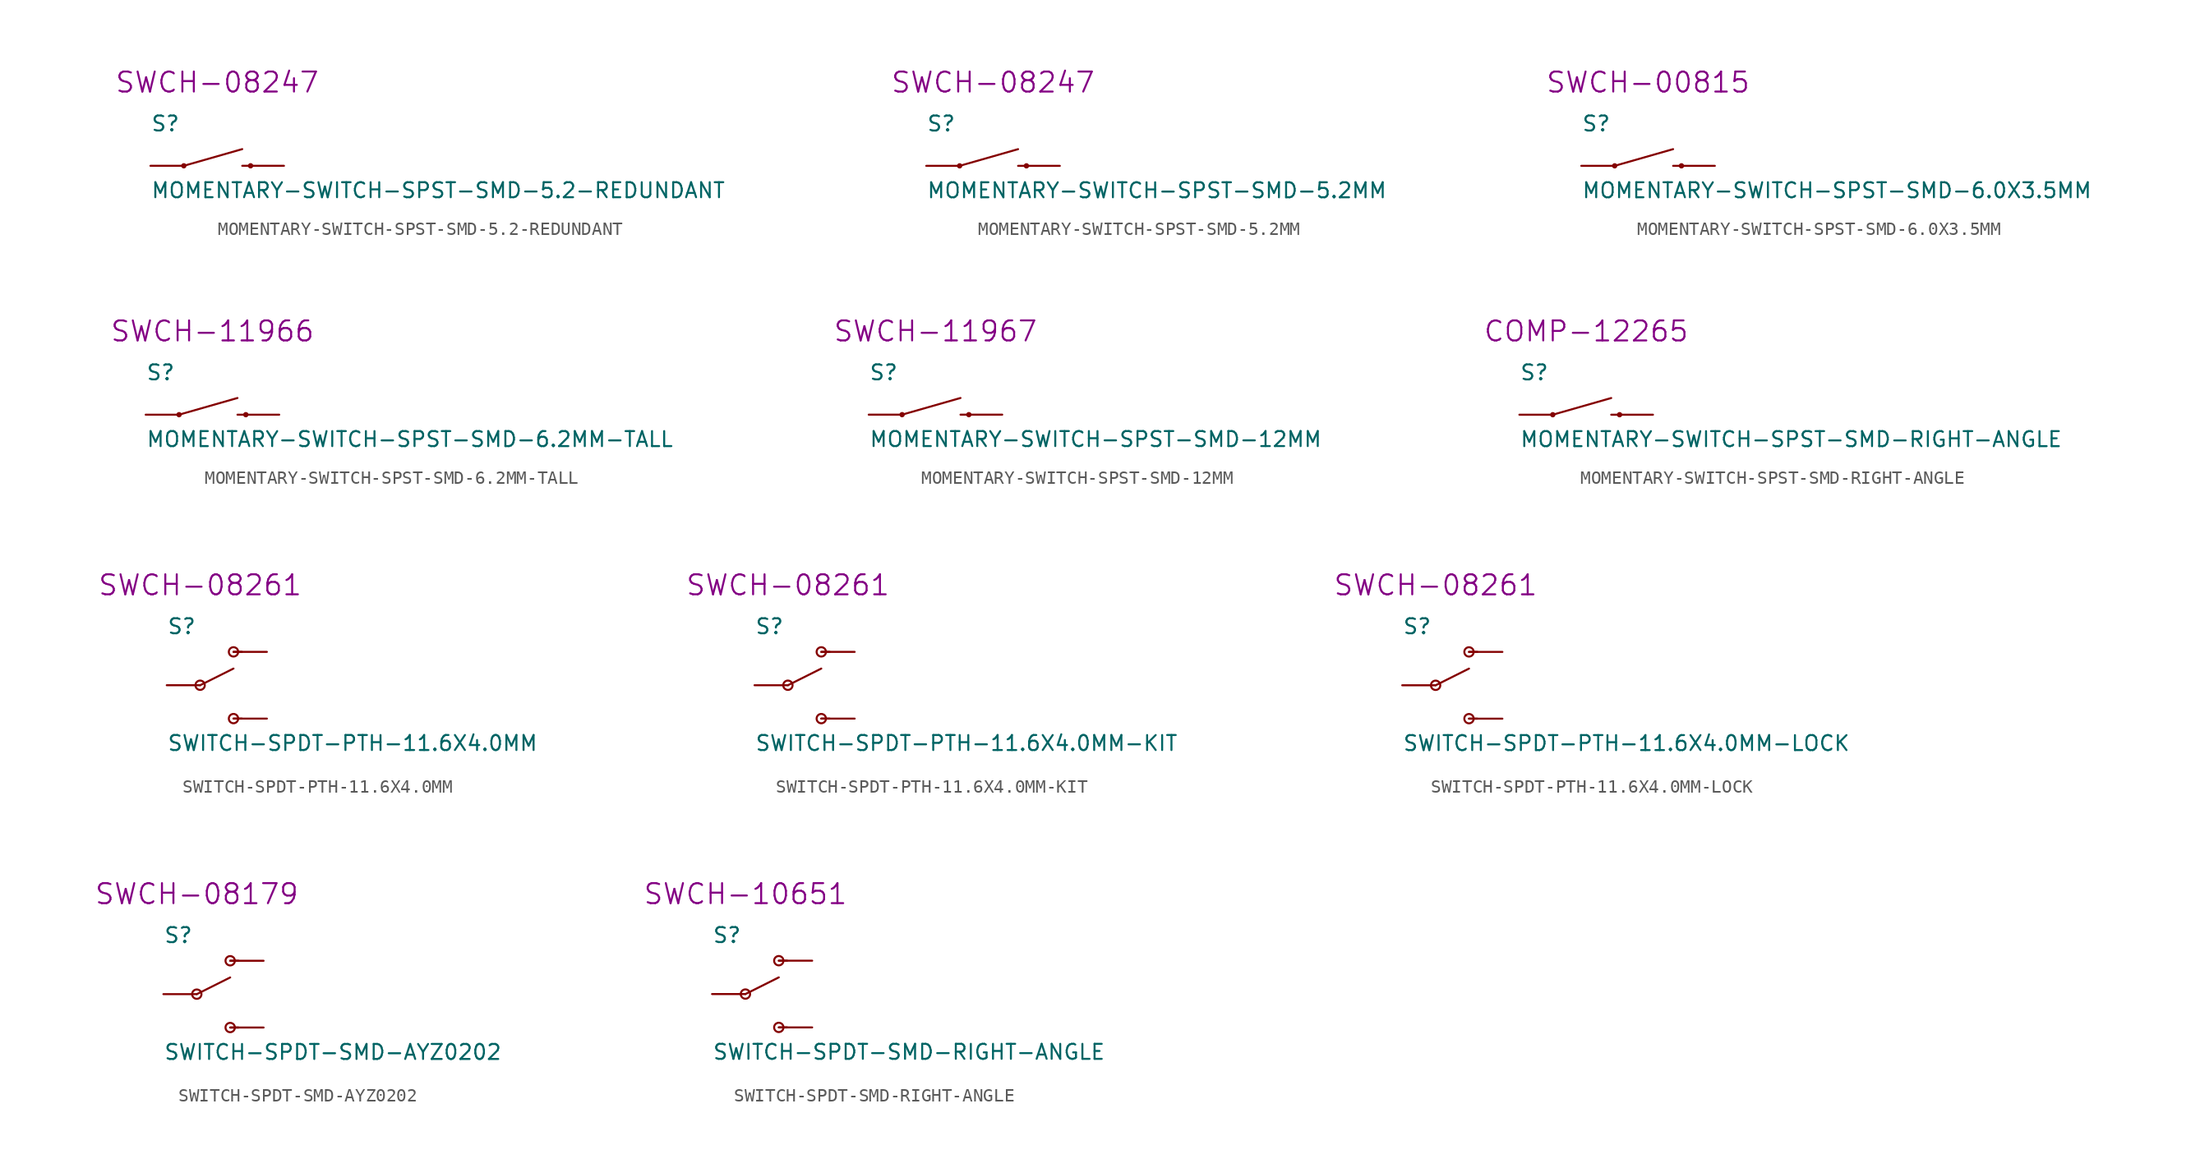
<source format=kicad_sym>
(kicad_symbol_lib
  (version 20220914)
  (generator kicad_symbol_editor)
  (symbol "MOMENTARY-SWITCH-SPST-SMD-5.2-REDUNDANT"
    (pin_numbers hide)
    (pin_names
      (offset 1.016) hide)
    (property "Reference" "S"
      (at -5.08 2.54 0)
      (effects (font (size 1.143 1.143)) (justify left bottom)))
    (property "Value" "MOMENTARY-SWITCH-SPST-SMD-5.2-REDUNDANT"
      (at -5.08 -2.54 0)
      (effects (font (size 1.143 1.143)) (justify left bottom)))
    (property "Field4" "SWCH-08247"
      (at 0 6.35 0)
      (effects (font (size 1.524 1.524))))
    (property "ki_locked" ""
      (at 0 0 0)
      (effects (font (size 1.27 1.27))))
    (symbol "MOMENTARY-SWITCH-SPST-SMD-5.2-REDUNDANT_1_0"
      (polyline (pts (xy -2.54 0) (xy 1.905 1.27)) (stroke (width 0) (type solid)) (fill (type none)))
      (polyline (pts (xy 1.905 0) (xy 2.54 0)) (stroke (width 0) (type solid)) (fill (type none))))
    (symbol "MOMENTARY-SWITCH-SPST-SMD-5.2-REDUNDANT_1_1"
      (circle (center -2.54 0) (radius 0.127) (stroke (width 0) (type solid)) (fill (type outline)))
      (circle (center 2.54 0) (radius 0.127) (stroke (width 0) (type solid)) (fill (type outline)))
      (pin passive line (at -5.08 0 0) (length 2.54) (name "1" (effects (font (size 1.016 1.016)))) (number "1" (effects (font (size 1.016 1.016)))))
      (pin passive line (at -5.08 0 0) (length 2.54) hide (name "1" (effects (font (size 1.016 1.016)))) (number "2" (effects (font (size 1.016 1.016)))))
      (pin passive line (at 5.08 0 180) (length 2.54) (name "2" (effects (font (size 1.016 1.016)))) (number "3" (effects (font (size 1.016 1.016)))))
      (pin passive line (at 5.08 0 180) (length 2.54) hide (name "2" (effects (font (size 1.016 1.016)))) (number "4" (effects (font (size 1.016 1.016)))))))
  (symbol "MOMENTARY-SWITCH-SPST-SMD-5.2MM"
    (pin_numbers hide)
    (pin_names
      (offset 1.016) hide)
    (property "Reference" "S"
      (at -5.08 2.54 0)
      (effects (font (size 1.143 1.143)) (justify left bottom)))
    (property "Value" "MOMENTARY-SWITCH-SPST-SMD-5.2MM"
      (at -5.08 -2.54 0)
      (effects (font (size 1.143 1.143)) (justify left bottom)))
    (property "Field4" "SWCH-08247"
      (at 0 6.35 0)
      (effects (font (size 1.524 1.524))))
    (property "ki_locked" ""
      (at 0 0 0)
      (effects (font (size 1.27 1.27))))
    (symbol "MOMENTARY-SWITCH-SPST-SMD-5.2MM_1_0"
      (polyline (pts (xy -2.54 0) (xy 1.905 1.27)) (stroke (width 0) (type solid)) (fill (type none)))
      (polyline (pts (xy 1.905 0) (xy 2.54 0)) (stroke (width 0) (type solid)) (fill (type none))))
    (symbol "MOMENTARY-SWITCH-SPST-SMD-5.2MM_1_1"
      (circle (center -2.54 0) (radius 0.127) (stroke (width 0) (type solid)) (fill (type outline)))
      (circle (center 2.54 0) (radius 0.127) (stroke (width 0) (type solid)) (fill (type outline)))
      (pin passive line (at -5.08 0 0) (length 2.54) (name "1" (effects (font (size 1.016 1.016)))) (number "1" (effects (font (size 1.016 1.016)))))
      (pin passive line (at 5.08 0 180) (length 2.54) (name "2" (effects (font (size 1.016 1.016)))) (number "3" (effects (font (size 1.016 1.016)))))))
  (symbol "MOMENTARY-SWITCH-SPST-SMD-6.0X3.5MM"
    (pin_numbers hide)
    (pin_names
      (offset 1.016) hide)
    (property "Reference" "S"
      (at -5.08 2.54 0)
      (effects (font (size 1.143 1.143)) (justify left bottom)))
    (property "Value" "MOMENTARY-SWITCH-SPST-SMD-6.0X3.5MM"
      (at -5.08 -2.54 0)
      (effects (font (size 1.143 1.143)) (justify left bottom)))
    (property "Field4" "SWCH-00815"
      (at 0 6.35 0)
      (effects (font (size 1.524 1.524))))
    (property "ki_locked" ""
      (at 0 0 0)
      (effects (font (size 1.27 1.27))))
    (symbol "MOMENTARY-SWITCH-SPST-SMD-6.0X3.5MM_1_0"
      (polyline (pts (xy -2.54 0) (xy 1.905 1.27)) (stroke (width 0) (type solid)) (fill (type none)))
      (polyline (pts (xy 1.905 0) (xy 2.54 0)) (stroke (width 0) (type solid)) (fill (type none))))
    (symbol "MOMENTARY-SWITCH-SPST-SMD-6.0X3.5MM_1_1"
      (circle (center -2.54 0) (radius 0.127) (stroke (width 0) (type solid)) (fill (type outline)))
      (circle (center 2.54 0) (radius 0.127) (stroke (width 0) (type solid)) (fill (type outline)))
      (pin passive line (at -5.08 0 0) (length 2.54) (name "1" (effects (font (size 1.016 1.016)))) (number "1" (effects (font (size 1.016 1.016)))))
      (pin passive line (at 5.08 0 180) (length 2.54) (name "2" (effects (font (size 1.016 1.016)))) (number "2" (effects (font (size 1.016 1.016)))))))
  (symbol "MOMENTARY-SWITCH-SPST-SMD-6.2MM-TALL"
    (pin_numbers hide)
    (pin_names
      (offset 1.016) hide)
    (property "Reference" "S"
      (at -5.08 2.54 0)
      (effects (font (size 1.143 1.143)) (justify left bottom)))
    (property "Value" "MOMENTARY-SWITCH-SPST-SMD-6.2MM-TALL"
      (at -5.08 -2.54 0)
      (effects (font (size 1.143 1.143)) (justify left bottom)))
    (property "Field4" "SWCH-11966"
      (at 0 6.35 0)
      (effects (font (size 1.524 1.524))))
    (property "ki_locked" ""
      (at 0 0 0)
      (effects (font (size 1.27 1.27))))
    (symbol "MOMENTARY-SWITCH-SPST-SMD-6.2MM-TALL_1_0"
      (polyline (pts (xy -2.54 0) (xy 1.905 1.27)) (stroke (width 0) (type solid)) (fill (type none)))
      (polyline (pts (xy 1.905 0) (xy 2.54 0)) (stroke (width 0) (type solid)) (fill (type none))))
    (symbol "MOMENTARY-SWITCH-SPST-SMD-6.2MM-TALL_1_1"
      (circle (center -2.54 0) (radius 0.127) (stroke (width 0) (type solid)) (fill (type outline)))
      (circle (center 2.54 0) (radius 0.127) (stroke (width 0) (type solid)) (fill (type outline)))
      (pin passive line (at -5.08 0 0) (length 2.54) (name "1" (effects (font (size 1.016 1.016)))) (number "A2" (effects (font (size 1.016 1.016)))))
      (pin passive line (at 5.08 0 180) (length 2.54) (name "2" (effects (font (size 1.016 1.016)))) (number "B2" (effects (font (size 1.016 1.016)))))))
  (symbol "MOMENTARY-SWITCH-SPST-SMD-12MM"
    (pin_numbers hide)
    (pin_names
      (offset 1.016) hide)
    (property "Reference" "S"
      (at -5.08 2.54 0)
      (effects (font (size 1.143 1.143)) (justify left bottom)))
    (property "Value" "MOMENTARY-SWITCH-SPST-SMD-12MM"
      (at -5.08 -2.54 0)
      (effects (font (size 1.143 1.143)) (justify left bottom)))
    (property "Field4" "SWCH-11967"
      (at 0 6.35 0)
      (effects (font (size 1.524 1.524))))
    (property "ki_locked" ""
      (at 0 0 0)
      (effects (font (size 1.27 1.27))))
    (symbol "MOMENTARY-SWITCH-SPST-SMD-12MM_1_0"
      (polyline (pts (xy -2.54 0) (xy 1.905 1.27)) (stroke (width 0) (type solid)) (fill (type none)))
      (polyline (pts (xy 1.905 0) (xy 2.54 0)) (stroke (width 0) (type solid)) (fill (type none))))
    (symbol "MOMENTARY-SWITCH-SPST-SMD-12MM_1_1"
      (circle (center -2.54 0) (radius 0.127) (stroke (width 0) (type solid)) (fill (type outline)))
      (circle (center 2.54 0) (radius 0.127) (stroke (width 0) (type solid)) (fill (type outline)))
      (pin passive line (at -5.08 0 0) (length 2.54) (name "1" (effects (font (size 1.016 1.016)))) (number "1" (effects (font (size 1.016 1.016)))))
      (pin passive line (at 5.08 0 180) (length 2.54) (name "2" (effects (font (size 1.016 1.016)))) (number "3" (effects (font (size 1.016 1.016)))))))
  (symbol "MOMENTARY-SWITCH-SPST-SMD-RIGHT-ANGLE"
    (pin_numbers hide)
    (pin_names
      (offset 1.016) hide)
    (property "Reference" "S"
      (at -5.08 2.54 0)
      (effects (font (size 1.143 1.143)) (justify left bottom)))
    (property "Value" "MOMENTARY-SWITCH-SPST-SMD-RIGHT-ANGLE"
      (at -5.08 -2.54 0)
      (effects (font (size 1.143 1.143)) (justify left bottom)))
    (property "Field4" "COMP-12265"
      (at 0 6.35 0)
      (effects (font (size 1.524 1.524))))
    (property "ki_locked" ""
      (at 0 0 0)
      (effects (font (size 1.27 1.27))))
    (symbol "MOMENTARY-SWITCH-SPST-SMD-RIGHT-ANGLE_1_0"
      (polyline (pts (xy -2.54 0) (xy 1.905 1.27)) (stroke (width 0) (type solid)) (fill (type none)))
      (polyline (pts (xy 1.905 0) (xy 2.54 0)) (stroke (width 0) (type solid)) (fill (type none))))
    (symbol "MOMENTARY-SWITCH-SPST-SMD-RIGHT-ANGLE_1_1"
      (circle (center -2.54 0) (radius 0.127) (stroke (width 0) (type solid)) (fill (type outline)))
      (circle (center 2.54 0) (radius 0.127) (stroke (width 0) (type solid)) (fill (type outline)))
      (pin passive line (at -5.08 0 0) (length 2.54) (name "1" (effects (font (size 1.016 1.016)))) (number "1" (effects (font (size 1.016 1.016)))))
      (pin passive line (at 5.08 0 180) (length 2.54) (name "2" (effects (font (size 1.016 1.016)))) (number "2" (effects (font (size 1.016 1.016)))))))
  (symbol "SWITCH-SPDT-PTH-11.6X4.0MM"
    (pin_numbers hide)
    (pin_names
      (offset 1.016) hide)
    (property "Reference" "S"
      (at -2.54 3.81 0)
      (effects (font (size 1.143 1.143)) (justify left bottom)))
    (property "Value" "SWITCH-SPDT-PTH-11.6X4.0MM"
      (at -2.54 -5.08 0)
      (effects (font (size 1.143 1.143)) (justify left bottom)))
    (property "Field4" "SWCH-08261"
      (at 0 7.62 0)
      (effects (font (size 1.524 1.524))))
    (property "ki_locked" ""
      (at 0 0 0)
      (effects (font (size 1.27 1.27))))
    (symbol "SWITCH-SPDT-PTH-11.6X4.0MM_1_0"
      (polyline (pts (xy 0 0) (xy 2.54 1.27)) (stroke (width 0) (type solid)) (fill (type none)))
      (polyline (pts (xy 2.54 -2.54) (xy 3.175 -2.54)) (stroke (width 0) (type solid)) (fill (type none)))
      (polyline (pts (xy 2.54 2.54) (xy 3.175 2.54)) (stroke (width 0) (type solid)) (fill (type none))))
    (symbol "SWITCH-SPDT-PTH-11.6X4.0MM_1_1"
      (circle (center 0 0) (radius 0.356) (stroke (width 0) (type solid)) (fill (type none)))
      (circle (center 2.54 -2.54) (radius 0.356) (stroke (width 0) (type solid)) (fill (type none)))
      (circle (center 2.54 2.54) (radius 0.356) (stroke (width 0) (type solid)) (fill (type none)))
      (pin passive line (at 5.08 2.54 180) (length 2.54) (name "O" (effects (font (size 1.016 1.016)))) (number "1" (effects (font (size 1.016 1.016)))))
      (pin passive line (at -2.54 0 0) (length 2.54) (name "P" (effects (font (size 1.016 1.016)))) (number "2" (effects (font (size 1.016 1.016)))))
      (pin passive line (at 5.08 -2.54 180) (length 2.54) (name "S" (effects (font (size 1.016 1.016)))) (number "3" (effects (font (size 1.016 1.016)))))))
  (symbol "SWITCH-SPDT-PTH-11.6X4.0MM-KIT"
    (pin_numbers hide)
    (pin_names
      (offset 1.016) hide)
    (property "Reference" "S"
      (at -2.54 3.81 0)
      (effects (font (size 1.143 1.143)) (justify left bottom)))
    (property "Value" "SWITCH-SPDT-PTH-11.6X4.0MM-KIT"
      (at -2.54 -5.08 0)
      (effects (font (size 1.143 1.143)) (justify left bottom)))
    (property "Field4" "SWCH-08261"
      (at 0 7.62 0)
      (effects (font (size 1.524 1.524))))
    (property "ki_locked" ""
      (at 0 0 0)
      (effects (font (size 1.27 1.27))))
    (symbol "SWITCH-SPDT-PTH-11.6X4.0MM-KIT_1_0"
      (polyline (pts (xy 0 0) (xy 2.54 1.27)) (stroke (width 0) (type solid)) (fill (type none)))
      (polyline (pts (xy 2.54 -2.54) (xy 3.175 -2.54)) (stroke (width 0) (type solid)) (fill (type none)))
      (polyline (pts (xy 2.54 2.54) (xy 3.175 2.54)) (stroke (width 0) (type solid)) (fill (type none))))
    (symbol "SWITCH-SPDT-PTH-11.6X4.0MM-KIT_1_1"
      (circle (center 0 0) (radius 0.356) (stroke (width 0) (type solid)) (fill (type none)))
      (circle (center 2.54 -2.54) (radius 0.356) (stroke (width 0) (type solid)) (fill (type none)))
      (circle (center 2.54 2.54) (radius 0.356) (stroke (width 0) (type solid)) (fill (type none)))
      (pin passive line (at 5.08 2.54 180) (length 2.54) (name "O" (effects (font (size 1.016 1.016)))) (number "1" (effects (font (size 1.016 1.016)))))
      (pin passive line (at -2.54 0 0) (length 2.54) (name "P" (effects (font (size 1.016 1.016)))) (number "2" (effects (font (size 1.016 1.016)))))
      (pin passive line (at 5.08 -2.54 180) (length 2.54) (name "S" (effects (font (size 1.016 1.016)))) (number "3" (effects (font (size 1.016 1.016)))))))
  (symbol "SWITCH-SPDT-PTH-11.6X4.0MM-LOCK"
    (pin_numbers hide)
    (pin_names
      (offset 1.016) hide)
    (property "Reference" "S"
      (at -2.54 3.81 0)
      (effects (font (size 1.143 1.143)) (justify left bottom)))
    (property "Value" "SWITCH-SPDT-PTH-11.6X4.0MM-LOCK"
      (at -2.54 -5.08 0)
      (effects (font (size 1.143 1.143)) (justify left bottom)))
    (property "Field4" "SWCH-08261"
      (at 0 7.62 0)
      (effects (font (size 1.524 1.524))))
    (property "ki_locked" ""
      (at 0 0 0)
      (effects (font (size 1.27 1.27))))
    (symbol "SWITCH-SPDT-PTH-11.6X4.0MM-LOCK_1_0"
      (polyline (pts (xy 0 0) (xy 2.54 1.27)) (stroke (width 0) (type solid)) (fill (type none)))
      (polyline (pts (xy 2.54 -2.54) (xy 3.175 -2.54)) (stroke (width 0) (type solid)) (fill (type none)))
      (polyline (pts (xy 2.54 2.54) (xy 3.175 2.54)) (stroke (width 0) (type solid)) (fill (type none))))
    (symbol "SWITCH-SPDT-PTH-11.6X4.0MM-LOCK_1_1"
      (circle (center 0 0) (radius 0.356) (stroke (width 0) (type solid)) (fill (type none)))
      (circle (center 2.54 -2.54) (radius 0.356) (stroke (width 0) (type solid)) (fill (type none)))
      (circle (center 2.54 2.54) (radius 0.356) (stroke (width 0) (type solid)) (fill (type none)))
      (pin passive line (at 5.08 2.54 180) (length 2.54) (name "O" (effects (font (size 1.016 1.016)))) (number "1" (effects (font (size 1.016 1.016)))))
      (pin passive line (at -2.54 0 0) (length 2.54) (name "P" (effects (font (size 1.016 1.016)))) (number "2" (effects (font (size 1.016 1.016)))))
      (pin passive line (at 5.08 -2.54 180) (length 2.54) (name "S" (effects (font (size 1.016 1.016)))) (number "3" (effects (font (size 1.016 1.016)))))))
  (symbol "SWITCH-SPDT-SMD-AYZ0202"
    (pin_numbers hide)
    (pin_names
      (offset 1.016) hide)
    (property "Reference" "S"
      (at -2.54 3.81 0)
      (effects (font (size 1.143 1.143)) (justify left bottom)))
    (property "Value" "SWITCH-SPDT-SMD-AYZ0202"
      (at -2.54 -5.08 0)
      (effects (font (size 1.143 1.143)) (justify left bottom)))
    (property "Field4" "SWCH-08179"
      (at 0 7.62 0)
      (effects (font (size 1.524 1.524))))
    (property "ki_locked" ""
      (at 0 0 0)
      (effects (font (size 1.27 1.27))))
    (symbol "SWITCH-SPDT-SMD-AYZ0202_1_0"
      (polyline (pts (xy 0 0) (xy 2.54 1.27)) (stroke (width 0) (type solid)) (fill (type none)))
      (polyline (pts (xy 2.54 -2.54) (xy 3.175 -2.54)) (stroke (width 0) (type solid)) (fill (type none)))
      (polyline (pts (xy 2.54 2.54) (xy 3.175 2.54)) (stroke (width 0) (type solid)) (fill (type none))))
    (symbol "SWITCH-SPDT-SMD-AYZ0202_1_1"
      (circle (center 0 0) (radius 0.356) (stroke (width 0) (type solid)) (fill (type none)))
      (circle (center 2.54 -2.54) (radius 0.356) (stroke (width 0) (type solid)) (fill (type none)))
      (circle (center 2.54 2.54) (radius 0.356) (stroke (width 0) (type solid)) (fill (type none)))
      (pin passive line (at 5.08 2.54 180) (length 2.54) (name "O" (effects (font (size 1.016 1.016)))) (number "1" (effects (font (size 1.016 1.016)))))
      (pin passive line (at -2.54 0 0) (length 2.54) (name "P" (effects (font (size 1.016 1.016)))) (number "2" (effects (font (size 1.016 1.016)))))
      (pin passive line (at 5.08 -2.54 180) (length 2.54) (name "S" (effects (font (size 1.016 1.016)))) (number "3" (effects (font (size 1.016 1.016)))))))
  (symbol "SWITCH-SPDT-SMD-RIGHT-ANGLE"
    (pin_numbers hide)
    (pin_names
      (offset 1.016) hide)
    (property "Reference" "S"
      (at -2.54 3.81 0)
      (effects (font (size 1.143 1.143)) (justify left bottom)))
    (property "Value" "SWITCH-SPDT-SMD-RIGHT-ANGLE"
      (at -2.54 -5.08 0)
      (effects (font (size 1.143 1.143)) (justify left bottom)))
    (property "Field4" "SWCH-10651"
      (at 0 7.62 0)
      (effects (font (size 1.524 1.524))))
    (property "ki_locked" ""
      (at 0 0 0)
      (effects (font (size 1.27 1.27))))
    (symbol "SWITCH-SPDT-SMD-RIGHT-ANGLE_1_0"
      (polyline (pts (xy 0 0) (xy 2.54 1.27)) (stroke (width 0) (type solid)) (fill (type none)))
      (polyline (pts (xy 2.54 -2.54) (xy 3.175 -2.54)) (stroke (width 0) (type solid)) (fill (type none)))
      (polyline (pts (xy 2.54 2.54) (xy 3.175 2.54)) (stroke (width 0) (type solid)) (fill (type none))))
    (symbol "SWITCH-SPDT-SMD-RIGHT-ANGLE_1_1"
      (circle (center 0 0) (radius 0.356) (stroke (width 0) (type solid)) (fill (type none)))
      (circle (center 2.54 -2.54) (radius 0.356) (stroke (width 0) (type solid)) (fill (type none)))
      (circle (center 2.54 2.54) (radius 0.356) (stroke (width 0) (type solid)) (fill (type none)))
      (pin passive line (at 5.08 2.54 180) (length 2.54) (name "O" (effects (font (size 1.016 1.016)))) (number "1" (effects (font (size 1.016 1.016)))))
      (pin passive line (at -2.54 0 0) (length 2.54) (name "P" (effects (font (size 1.016 1.016)))) (number "2" (effects (font (size 1.016 1.016)))))
      (pin passive line (at 5.08 -2.54 180) (length 2.54) (name "S" (effects (font (size 1.016 1.016)))) (number "3" (effects (font (size 1.016 1.016))))))))
</source>
